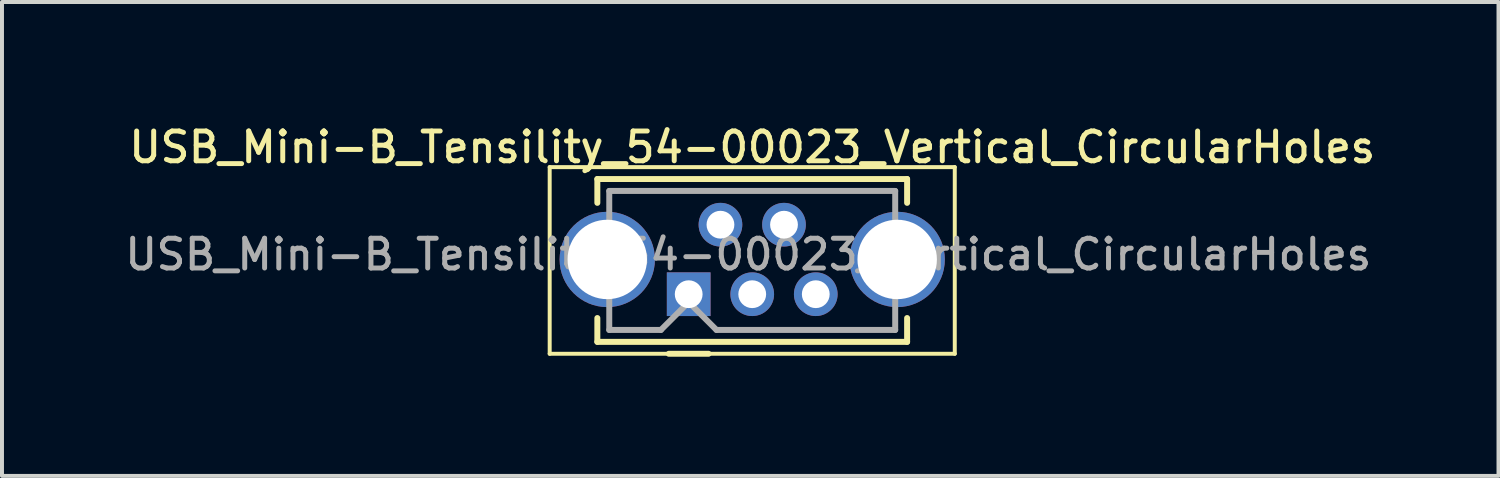
<source format=kicad_pcb>
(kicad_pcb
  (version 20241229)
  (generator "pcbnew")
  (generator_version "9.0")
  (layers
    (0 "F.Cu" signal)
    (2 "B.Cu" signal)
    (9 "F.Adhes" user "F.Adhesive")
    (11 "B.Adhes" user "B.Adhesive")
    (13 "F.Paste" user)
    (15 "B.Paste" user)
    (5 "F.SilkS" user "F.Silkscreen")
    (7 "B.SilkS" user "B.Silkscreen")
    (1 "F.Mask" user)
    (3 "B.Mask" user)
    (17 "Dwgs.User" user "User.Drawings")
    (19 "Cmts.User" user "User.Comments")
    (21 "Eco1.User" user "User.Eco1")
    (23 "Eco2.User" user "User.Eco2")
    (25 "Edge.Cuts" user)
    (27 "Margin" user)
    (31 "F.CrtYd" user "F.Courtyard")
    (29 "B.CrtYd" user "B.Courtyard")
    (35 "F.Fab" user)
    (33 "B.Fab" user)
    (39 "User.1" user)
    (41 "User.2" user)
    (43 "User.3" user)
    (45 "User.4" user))
  (footprint "USB_Mini-B_Tensility_54-00023_Vertical_CircularHoles"
    (layer "F.Cu")
    (at 14.291 4.358)
    (property "Reference" "USB_Mini-B_Tensility_54-00023_Vertical_CircularHoles" (at 1.6 -3.7 0) (layer "F.SilkS") (effects (font (size 0.75 0.75) (thickness 0.125))))
    (attr through_hole)
    (fp_line (start -3.5 -3.2) (end -3.5 1.5) (stroke (width 0.1) (type solid)) (layer "F.SilkS"))
    (fp_line (start -3.5 1.5) (end 6.7 1.5) (stroke (width 0.1) (type solid)) (layer "F.SilkS"))
    (fp_line (start -2.3 -2.9) (end 5.5 -2.9) (stroke (width 0.15) (type solid)) (layer "F.SilkS"))
    (fp_line (start -2.3 -2.3) (end -2.3 -2.9) (stroke (width 0.15) (type solid)) (layer "F.SilkS"))
    (fp_line (start -2.3 0.6) (end -2.3 1.2) (stroke (width 0.15) (type solid)) (layer "F.SilkS"))
    (fp_line (start -2.3 1.2) (end 5.5 1.2) (stroke (width 0.15) (type solid)) (layer "F.SilkS"))
    (fp_line (start -0.5 1.5) (end 0.5 1.5) (stroke (width 0.15) (type solid)) (layer "F.SilkS"))
    (fp_line (start 5.5 -2.9) (end 5.5 -2.3) (stroke (width 0.15) (type solid)) (layer "F.SilkS"))
    (fp_line (start 5.5 1.2) (end 5.5 0.6) (stroke (width 0.15) (type solid)) (layer "F.SilkS"))
    (fp_line (start 6.7 -3.2) (end -3.5 -3.2) (stroke (width 0.1) (type solid)) (layer "F.SilkS"))
    (fp_line (start 6.7 1.5) (end 6.7 -3.2) (stroke (width 0.1) (type solid)) (layer "F.SilkS"))
    (fp_line (start -2 0.9) (end -2 -2.6) (stroke (width 0.15) (type solid)) (layer "F.Fab"))
    (fp_line (start -2 0.9) (end -0.7 0.9) (stroke (width 0.15) (type solid)) (layer "F.Fab"))
    (fp_line (start -0.7 0.9) (end 0 0.2) (stroke (width 0.15) (type solid)) (layer "F.Fab"))
    (fp_line (start 0 0.2) (end 0.7 0.9) (stroke (width 0.15) (type solid)) (layer "F.Fab"))
    (fp_line (start 0.7 0.9) (end 5.2 0.9) (stroke (width 0.15) (type solid)) (layer "F.Fab"))
    (fp_line (start 5.2 -2.6) (end -2 -2.6) (stroke (width 0.15) (type solid)) (layer "F.Fab"))
    (fp_line (start 5.2 -2.6) (end 5.2 0.9) (stroke (width 0.15) (type solid)) (layer "F.Fab"))
    (fp_text user "${REFERENCE}" (at 1.5 -1 0) (layer "F.Fab") (effects (font (size 0.75 0.75) (thickness 0.125))))
    (pad "1" thru_hole rect (at 0 0) (size 1.1 1.1) (drill 0.7) (layers "*.Cu" "*.Mask"))
    (pad "2" thru_hole circle (at 0.8 -1.75) (size 1.1 1.1) (drill 0.7) (layers "*.Cu" "*.Mask"))
    (pad "3" thru_hole circle (at 1.6 0) (size 1.1 1.1) (drill 0.7) (layers "*.Cu" "*.Mask"))
    (pad "4" thru_hole circle (at 2.4 -1.75) (size 1.1 1.1) (drill 0.7) (layers "*.Cu" "*.Mask"))
    (pad "5" thru_hole circle (at 3.2 0) (size 1.1 1.1) (drill 0.7) (layers "*.Cu" "*.Mask"))
    (pad "6" thru_hole circle (at -2.05 -0.875) (size 2.4 2.4) (drill 2) (layers "*.Cu" "*.Mask"))
    (pad "6" thru_hole circle (at 5.25 -0.875) (size 2.4 2.4) (drill 2) (layers "*.Cu" "*.Mask")))
  (gr_rect
    (start -3 -3)
    (end 34.682 8.933)
    (stroke (width 0.1) (type default))
    (fill no)
    (layer "Edge.Cuts")))
</source>
